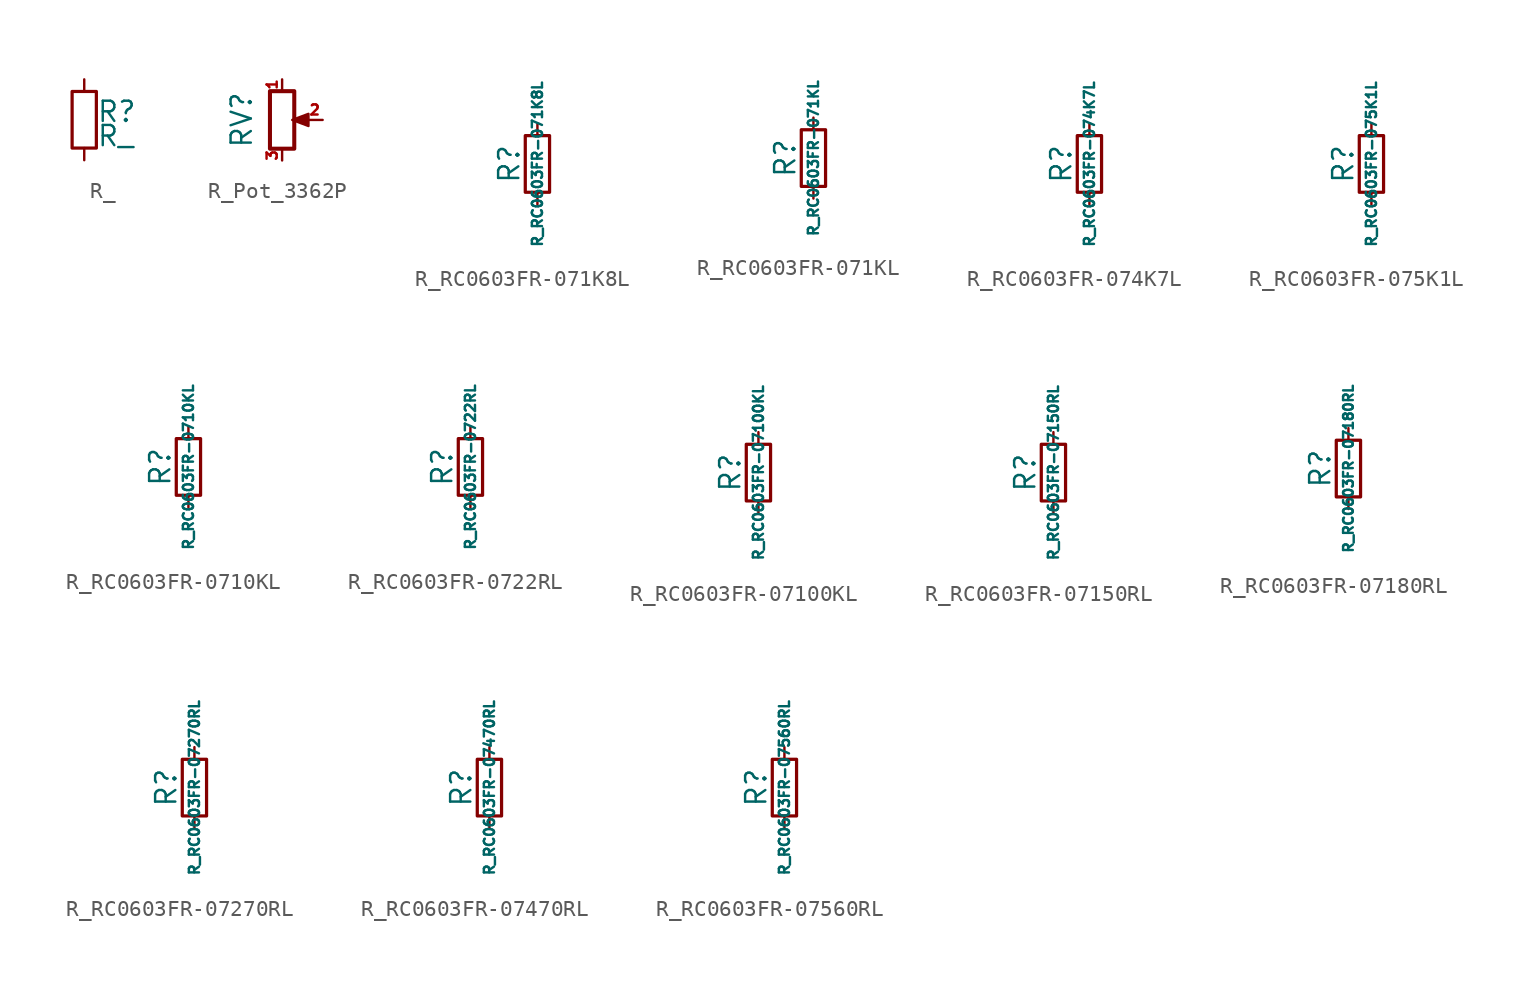
<source format=kicad_sym>
(kicad_symbol_lib
  (version 20211014)
  (generator kicad_symbol_editor)
  (symbol "R_"
    (pin_numbers hide)
    (pin_names
      (offset 0.254) hide)
    (property "Reference" "R"
      (at 0.762 0.508 0)
      (effects (font (size 1.27 1.27)) (justify left)))
    (property "Value" "R_"
      (at 0.762 -1.016 0)
      (effects (font (size 1.27 1.27)) (justify left)))
    (symbol "R__0_1"
      (rectangle (start -0.762 1.778) (end 0.762 -1.778) (stroke (width 0.203) (type default) (color 0 0 0 0)) (fill (type none))))
    (symbol "R__1_1"
      (pin passive line (at 0 2.54 270) (length 0.762) (name "~" (effects (font (size 1.27 1.27)))) (number "1" (effects (font (size 1.27 1.27)))))
      (pin passive line (at 0 -2.54 90) (length 0.762) (name "~" (effects (font (size 1.27 1.27)))) (number "2" (effects (font (size 1.27 1.27)))))))
  (symbol "R_Pot_3362P"
    (pin_names
      (offset 1.016) hide)
    (property "Reference" "RV"
      (at -2.54 0 90)
      (effects (font (size 1.27 1.27))))
    (symbol "R_Pot_3362P_0_1"
      (polyline (pts (xy 0.889 0) (xy 0.635 0) (xy 1.651 0.381) (xy 1.651 -0.381) (xy 0.635 0) (xy 0.889 0)) (stroke (width 0) (type default) (color 0 0 0 0)) (fill (type outline)))
      (rectangle (start 0.762 1.803) (end -0.762 -1.803) (stroke (width 0.254) (type default) (color 0 0 0 0)) (fill (type none))))
    (symbol "R_Pot_3362P_1_1"
      (pin passive line (at 0 2.54 270) (length 0.635) (name "1" (effects (font (size 0.635 0.635)))) (number "1" (effects (font (size 0.635 0.635)))))
      (pin passive line (at 2.54 0 180) (length 0.991) (name "2" (effects (font (size 0.635 0.635)))) (number "2" (effects (font (size 0.635 0.635)))))
      (pin passive line (at 0 -2.54 90) (length 0.635) (name "3" (effects (font (size 0.635 0.635)))) (number "3" (effects (font (size 0.635 0.635)))))))
  (symbol "R_RC0603FR-071K8L"
    (pin_numbers hide)
    (pin_names
      (offset 0.254) hide)
    (property "Reference" "R"
      (at -1.778 0 90)
      (effects (font (size 1.27 1.27))))
    (property "Value" "R_RC0603FR-071K8L"
      (at 0 0 90)
      (effects (font (size 0.635 0.635))))
    (symbol "R_RC0603FR-071K8L_0_1"
      (rectangle (start -0.762 1.778) (end 0.762 -1.778) (stroke (width 0.203) (type default) (color 0 0 0 0)) (fill (type none))))
    (symbol "R_RC0603FR-071K8L_1_1"
      (pin passive line (at 0 2.54 270) (length 0.762) (name "~" (effects (font (size 1.27 1.27)))) (number "1" (effects (font (size 1.27 1.27)))))
      (pin passive line (at 0 -2.54 90) (length 0.762) (name "~" (effects (font (size 1.27 1.27)))) (number "2" (effects (font (size 1.27 1.27)))))))
  (symbol "R_RC0603FR-071KL"
    (pin_numbers hide)
    (pin_names
      (offset 0.254) hide)
    (property "Reference" "R"
      (at -1.778 0 90)
      (effects (font (size 1.27 1.27))))
    (property "Value" "R_RC0603FR-071KL"
      (at 0 0 90)
      (effects (font (size 0.635 0.635))))
    (symbol "R_RC0603FR-071KL_0_1"
      (rectangle (start -0.762 1.778) (end 0.762 -1.778) (stroke (width 0.203) (type default) (color 0 0 0 0)) (fill (type none))))
    (symbol "R_RC0603FR-071KL_1_1"
      (pin passive line (at 0 2.54 270) (length 0.762) (name "~" (effects (font (size 1.27 1.27)))) (number "1" (effects (font (size 1.27 1.27)))))
      (pin passive line (at 0 -2.54 90) (length 0.762) (name "~" (effects (font (size 1.27 1.27)))) (number "2" (effects (font (size 1.27 1.27)))))))
  (symbol "R_RC0603FR-074K7L"
    (pin_numbers hide)
    (pin_names
      (offset 0.254) hide)
    (property "Reference" "R"
      (at -1.778 0 90)
      (effects (font (size 1.27 1.27))))
    (property "Value" "R_RC0603FR-074K7L"
      (at 0 0 90)
      (effects (font (size 0.635 0.635))))
    (symbol "R_RC0603FR-074K7L_0_1"
      (rectangle (start -0.762 1.778) (end 0.762 -1.778) (stroke (width 0.203) (type default) (color 0 0 0 0)) (fill (type none))))
    (symbol "R_RC0603FR-074K7L_1_1"
      (pin passive line (at 0 2.54 270) (length 0.762) (name "~" (effects (font (size 1.27 1.27)))) (number "1" (effects (font (size 1.27 1.27)))))
      (pin passive line (at 0 -2.54 90) (length 0.762) (name "~" (effects (font (size 1.27 1.27)))) (number "2" (effects (font (size 1.27 1.27)))))))
  (symbol "R_RC0603FR-075K1L"
    (pin_numbers hide)
    (pin_names
      (offset 0.254) hide)
    (property "Reference" "R"
      (at -1.778 0 90)
      (effects (font (size 1.27 1.27))))
    (property "Value" "R_RC0603FR-075K1L"
      (at 0 0 90)
      (effects (font (size 0.635 0.635))))
    (symbol "R_RC0603FR-075K1L_0_1"
      (rectangle (start -0.762 1.778) (end 0.762 -1.778) (stroke (width 0.203) (type default) (color 0 0 0 0)) (fill (type none))))
    (symbol "R_RC0603FR-075K1L_1_1"
      (pin passive line (at 0 2.54 270) (length 0.762) (name "~" (effects (font (size 1.27 1.27)))) (number "1" (effects (font (size 1.27 1.27)))))
      (pin passive line (at 0 -2.54 90) (length 0.762) (name "~" (effects (font (size 1.27 1.27)))) (number "2" (effects (font (size 1.27 1.27)))))))
  (symbol "R_RC0603FR-0710KL"
    (pin_numbers hide)
    (pin_names
      (offset 0.254) hide)
    (property "Reference" "R"
      (at -1.778 0 90)
      (effects (font (size 1.27 1.27))))
    (property "Value" "R_RC0603FR-0710KL"
      (at 0 0 90)
      (effects (font (size 0.635 0.635))))
    (symbol "R_RC0603FR-0710KL_0_1"
      (rectangle (start -0.762 1.778) (end 0.762 -1.778) (stroke (width 0.203) (type default) (color 0 0 0 0)) (fill (type none))))
    (symbol "R_RC0603FR-0710KL_1_1"
      (pin passive line (at 0 2.54 270) (length 0.762) (name "~" (effects (font (size 1.27 1.27)))) (number "1" (effects (font (size 1.27 1.27)))))
      (pin passive line (at 0 -2.54 90) (length 0.762) (name "~" (effects (font (size 1.27 1.27)))) (number "2" (effects (font (size 1.27 1.27)))))))
  (symbol "R_RC0603FR-0722RL"
    (pin_numbers hide)
    (pin_names
      (offset 0.254) hide)
    (property "Reference" "R"
      (at -1.778 0 90)
      (effects (font (size 1.27 1.27))))
    (property "Value" "R_RC0603FR-0722RL"
      (at 0 0 90)
      (effects (font (size 0.635 0.635))))
    (symbol "R_RC0603FR-0722RL_0_1"
      (rectangle (start -0.762 1.778) (end 0.762 -1.778) (stroke (width 0.203) (type default) (color 0 0 0 0)) (fill (type none))))
    (symbol "R_RC0603FR-0722RL_1_1"
      (pin passive line (at 0 2.54 270) (length 0.762) (name "~" (effects (font (size 1.27 1.27)))) (number "1" (effects (font (size 1.27 1.27)))))
      (pin passive line (at 0 -2.54 90) (length 0.762) (name "~" (effects (font (size 1.27 1.27)))) (number "2" (effects (font (size 1.27 1.27)))))))
  (symbol "R_RC0603FR-07100KL"
    (pin_numbers hide)
    (pin_names
      (offset 0.254) hide)
    (property "Reference" "R"
      (at -1.778 0 90)
      (effects (font (size 1.27 1.27))))
    (property "Value" "R_RC0603FR-07100KL"
      (at 0 0 90)
      (effects (font (size 0.635 0.635))))
    (symbol "R_RC0603FR-07100KL_0_1"
      (rectangle (start -0.762 1.778) (end 0.762 -1.778) (stroke (width 0.203) (type default) (color 0 0 0 0)) (fill (type none))))
    (symbol "R_RC0603FR-07100KL_1_1"
      (pin passive line (at 0 2.54 270) (length 0.762) (name "~" (effects (font (size 1.27 1.27)))) (number "1" (effects (font (size 1.27 1.27)))))
      (pin passive line (at 0 -2.54 90) (length 0.762) (name "~" (effects (font (size 1.27 1.27)))) (number "2" (effects (font (size 1.27 1.27)))))))
  (symbol "R_RC0603FR-07150RL"
    (pin_numbers hide)
    (pin_names
      (offset 0.254) hide)
    (property "Reference" "R"
      (at -1.778 0 90)
      (effects (font (size 1.27 1.27))))
    (property "Value" "R_RC0603FR-07150RL"
      (at 0 0 90)
      (effects (font (size 0.635 0.635))))
    (symbol "R_RC0603FR-07150RL_0_1"
      (rectangle (start -0.762 1.778) (end 0.762 -1.778) (stroke (width 0.203) (type default) (color 0 0 0 0)) (fill (type none))))
    (symbol "R_RC0603FR-07150RL_1_1"
      (pin passive line (at 0 2.54 270) (length 0.762) (name "~" (effects (font (size 1.27 1.27)))) (number "1" (effects (font (size 1.27 1.27)))))
      (pin passive line (at 0 -2.54 90) (length 0.762) (name "~" (effects (font (size 1.27 1.27)))) (number "2" (effects (font (size 1.27 1.27)))))))
  (symbol "R_RC0603FR-07180RL"
    (pin_numbers hide)
    (pin_names
      (offset 0.254) hide)
    (property "Reference" "R"
      (at -1.778 0 90)
      (effects (font (size 1.27 1.27))))
    (property "Value" "R_RC0603FR-07180RL"
      (at 0 0 90)
      (effects (font (size 0.61 0.61))))
    (symbol "R_RC0603FR-07180RL_0_1"
      (rectangle (start -0.762 1.778) (end 0.762 -1.778) (stroke (width 0.203) (type default) (color 0 0 0 0)) (fill (type none))))
    (symbol "R_RC0603FR-07180RL_1_1"
      (pin passive line (at 0 2.54 270) (length 0.762) (name "~" (effects (font (size 1.27 1.27)))) (number "1" (effects (font (size 1.27 1.27)))))
      (pin passive line (at 0 -2.54 90) (length 0.762) (name "~" (effects (font (size 1.27 1.27)))) (number "2" (effects (font (size 1.27 1.27)))))))
  (symbol "R_RC0603FR-07270RL"
    (pin_numbers hide)
    (pin_names
      (offset 0.254) hide)
    (property "Reference" "R"
      (at -1.778 0 90)
      (effects (font (size 1.27 1.27))))
    (property "Value" "R_RC0603FR-07270RL"
      (at 0 0 90)
      (effects (font (size 0.635 0.635))))
    (symbol "R_RC0603FR-07270RL_0_1"
      (rectangle (start -0.762 1.778) (end 0.762 -1.778) (stroke (width 0.203) (type default) (color 0 0 0 0)) (fill (type none))))
    (symbol "R_RC0603FR-07270RL_1_1"
      (pin passive line (at 0 2.54 270) (length 0.762) (name "~" (effects (font (size 1.27 1.27)))) (number "1" (effects (font (size 1.27 1.27)))))
      (pin passive line (at 0 -2.54 90) (length 0.762) (name "~" (effects (font (size 1.27 1.27)))) (number "2" (effects (font (size 1.27 1.27)))))))
  (symbol "R_RC0603FR-07470RL"
    (pin_numbers hide)
    (pin_names
      (offset 0.254) hide)
    (property "Reference" "R"
      (at -1.778 0 90)
      (effects (font (size 1.27 1.27))))
    (property "Value" "R_RC0603FR-07470RL"
      (at 0 0 90)
      (effects (font (size 0.635 0.635))))
    (symbol "R_RC0603FR-07470RL_0_1"
      (rectangle (start -0.762 1.778) (end 0.762 -1.778) (stroke (width 0.203) (type default) (color 0 0 0 0)) (fill (type none))))
    (symbol "R_RC0603FR-07470RL_1_1"
      (pin passive line (at 0 2.54 270) (length 0.762) (name "~" (effects (font (size 1.27 1.27)))) (number "1" (effects (font (size 1.27 1.27)))))
      (pin passive line (at 0 -2.54 90) (length 0.762) (name "~" (effects (font (size 1.27 1.27)))) (number "2" (effects (font (size 1.27 1.27)))))))
  (symbol "R_RC0603FR-07560RL"
    (pin_numbers hide)
    (pin_names
      (offset 0.254) hide)
    (property "Reference" "R"
      (at -1.778 0 90)
      (effects (font (size 1.27 1.27))))
    (property "Value" "R_RC0603FR-07560RL"
      (at 0 0 90)
      (effects (font (size 0.635 0.635))))
    (symbol "R_RC0603FR-07560RL_0_1"
      (rectangle (start -0.762 1.778) (end 0.762 -1.778) (stroke (width 0.203) (type default) (color 0 0 0 0)) (fill (type none))))
    (symbol "R_RC0603FR-07560RL_1_1"
      (pin passive line (at 0 2.54 270) (length 0.762) (name "~" (effects (font (size 1.27 1.27)))) (number "1" (effects (font (size 1.27 1.27)))))
      (pin passive line (at 0 -2.54 90) (length 0.762) (name "~" (effects (font (size 1.27 1.27)))) (number "2" (effects (font (size 1.27 1.27))))))))
</source>
